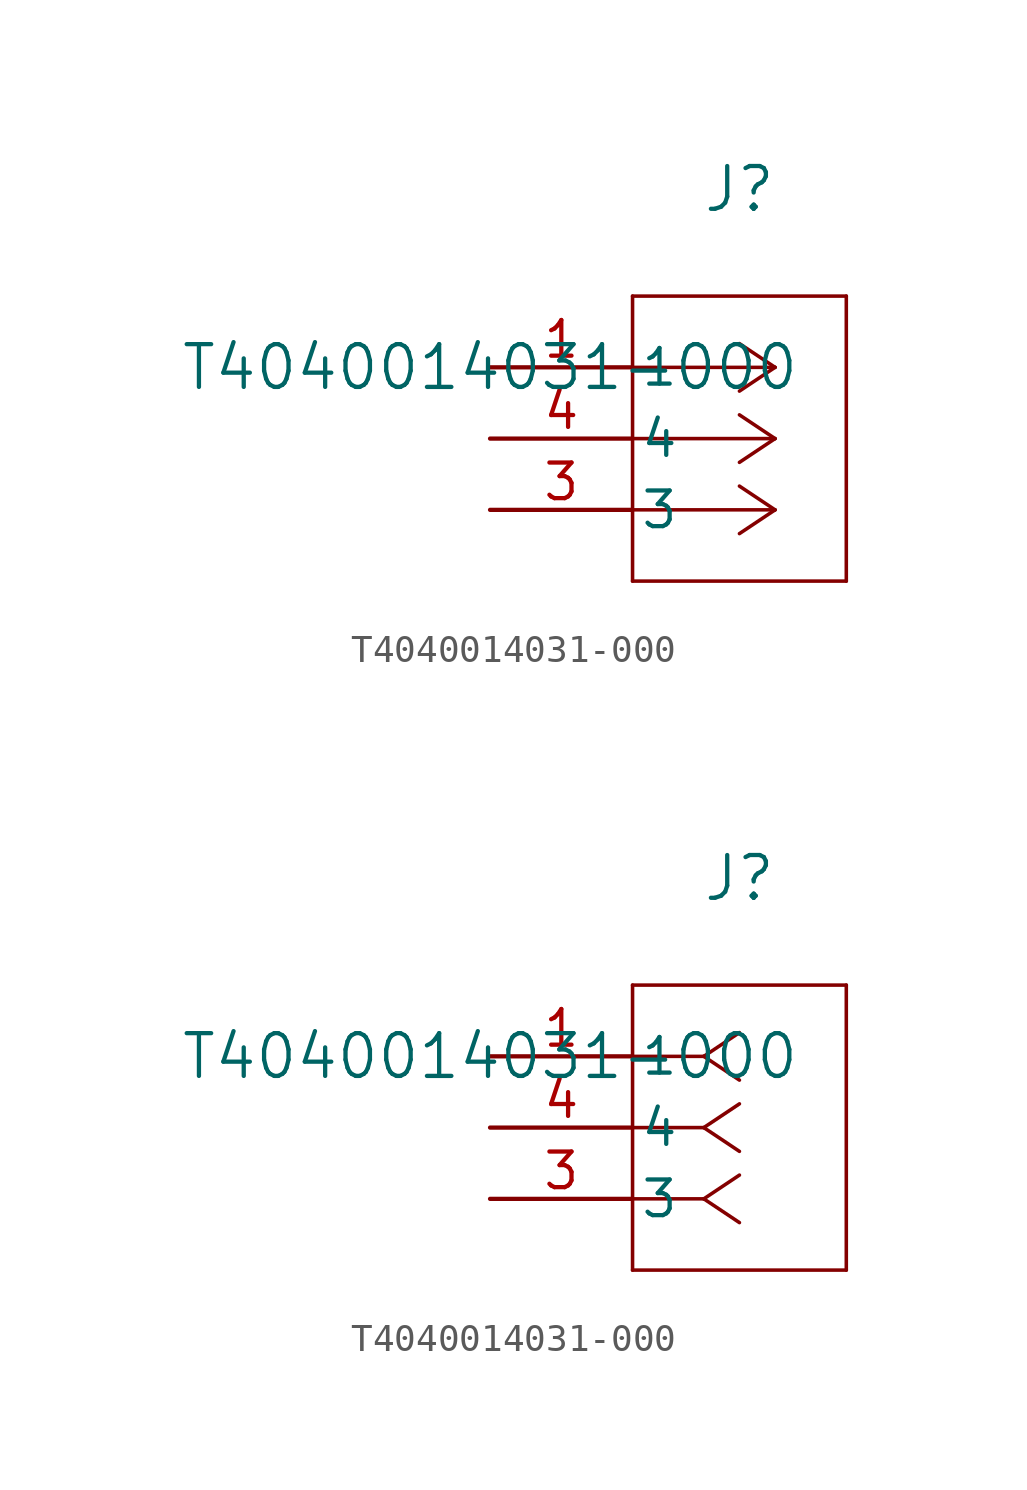
<source format=kicad_sym>
(kicad_symbol_lib
  (version 20211014)
  (generator kicad_symbol_editor)
  (symbol "T4040014031-000"
    (pin_names
      (offset 0.254))
    (property "Reference" "J"
      (at 8.89 6.35 0)
      (effects (font (size 1.524 1.524))))
    (property "Value" "T4040014031-000"
      (at 0 0 0)
      (effects (font (size 1.524 1.524))))
    (symbol "T4040014031-000_1_1"
      (polyline (pts (xy 10.16 0) (xy 5.08 0)) (stroke (width 0.127) (type default) (color 0 0 0 0)) (fill (type none)))
      (polyline (pts (xy 10.16 -2.54) (xy 5.08 -2.54)) (stroke (width 0.127) (type default) (color 0 0 0 0)) (fill (type none)))
      (polyline (pts (xy 10.16 -5.08) (xy 5.08 -5.08)) (stroke (width 0.127) (type default) (color 0 0 0 0)) (fill (type none)))
      (polyline (pts (xy 10.16 0) (xy 8.89 0.847)) (stroke (width 0.127) (type default) (color 0 0 0 0)) (fill (type none)))
      (polyline (pts (xy 10.16 -2.54) (xy 8.89 -1.693)) (stroke (width 0.127) (type default) (color 0 0 0 0)) (fill (type none)))
      (polyline (pts (xy 10.16 -5.08) (xy 8.89 -4.233)) (stroke (width 0.127) (type default) (color 0 0 0 0)) (fill (type none)))
      (polyline (pts (xy 10.16 0) (xy 8.89 -0.847)) (stroke (width 0.127) (type default) (color 0 0 0 0)) (fill (type none)))
      (polyline (pts (xy 10.16 -2.54) (xy 8.89 -3.387)) (stroke (width 0.127) (type default) (color 0 0 0 0)) (fill (type none)))
      (polyline (pts (xy 10.16 -5.08) (xy 8.89 -5.927)) (stroke (width 0.127) (type default) (color 0 0 0 0)) (fill (type none)))
      (polyline (pts (xy 5.08 2.54) (xy 5.08 -7.62)) (stroke (width 0.127) (type default) (color 0 0 0 0)) (fill (type none)))
      (polyline (pts (xy 5.08 -7.62) (xy 12.7 -7.62)) (stroke (width 0.127) (type default) (color 0 0 0 0)) (fill (type none)))
      (polyline (pts (xy 12.7 -7.62) (xy 12.7 2.54)) (stroke (width 0.127) (type default) (color 0 0 0 0)) (fill (type none)))
      (polyline (pts (xy 12.7 2.54) (xy 5.08 2.54)) (stroke (width 0.127) (type default) (color 0 0 0 0)) (fill (type none)))
      (pin unspecified line (at 0 0 0) (length 5.08) (name "1" (effects (font (size 1.27 1.27)))) (number "1" (effects (font (size 1.27 1.27)))))
      (pin unspecified line (at 0 -2.54 0) (length 5.08) (name "4" (effects (font (size 1.27 1.27)))) (number "4" (effects (font (size 1.27 1.27)))))
      (pin unspecified line (at 0 -5.08 0) (length 5.08) (name "3" (effects (font (size 1.27 1.27)))) (number "3" (effects (font (size 1.27 1.27))))))
    (symbol "T4040014031-000_1_2"
      (polyline (pts (xy 7.62 0) (xy 5.08 0)) (stroke (width 0.127) (type default) (color 0 0 0 0)) (fill (type none)))
      (polyline (pts (xy 7.62 -2.54) (xy 5.08 -2.54)) (stroke (width 0.127) (type default) (color 0 0 0 0)) (fill (type none)))
      (polyline (pts (xy 7.62 -5.08) (xy 5.08 -5.08)) (stroke (width 0.127) (type default) (color 0 0 0 0)) (fill (type none)))
      (polyline (pts (xy 7.62 0) (xy 8.89 0.847)) (stroke (width 0.127) (type default) (color 0 0 0 0)) (fill (type none)))
      (polyline (pts (xy 7.62 -2.54) (xy 8.89 -1.693)) (stroke (width 0.127) (type default) (color 0 0 0 0)) (fill (type none)))
      (polyline (pts (xy 7.62 -5.08) (xy 8.89 -4.233)) (stroke (width 0.127) (type default) (color 0 0 0 0)) (fill (type none)))
      (polyline (pts (xy 7.62 0) (xy 8.89 -0.847)) (stroke (width 0.127) (type default) (color 0 0 0 0)) (fill (type none)))
      (polyline (pts (xy 7.62 -2.54) (xy 8.89 -3.387)) (stroke (width 0.127) (type default) (color 0 0 0 0)) (fill (type none)))
      (polyline (pts (xy 7.62 -5.08) (xy 8.89 -5.927)) (stroke (width 0.127) (type default) (color 0 0 0 0)) (fill (type none)))
      (polyline (pts (xy 5.08 2.54) (xy 5.08 -7.62)) (stroke (width 0.127) (type default) (color 0 0 0 0)) (fill (type none)))
      (polyline (pts (xy 5.08 -7.62) (xy 12.7 -7.62)) (stroke (width 0.127) (type default) (color 0 0 0 0)) (fill (type none)))
      (polyline (pts (xy 12.7 -7.62) (xy 12.7 2.54)) (stroke (width 0.127) (type default) (color 0 0 0 0)) (fill (type none)))
      (polyline (pts (xy 12.7 2.54) (xy 5.08 2.54)) (stroke (width 0.127) (type default) (color 0 0 0 0)) (fill (type none)))
      (pin unspecified line (at 0 0 0) (length 5.08) (name "1" (effects (font (size 1.27 1.27)))) (number "1" (effects (font (size 1.27 1.27)))))
      (pin unspecified line (at 0 -2.54 0) (length 5.08) (name "4" (effects (font (size 1.27 1.27)))) (number "4" (effects (font (size 1.27 1.27)))))
      (pin unspecified line (at 0 -5.08 0) (length 5.08) (name "3" (effects (font (size 1.27 1.27)))) (number "3" (effects (font (size 1.27 1.27))))))))
</source>
